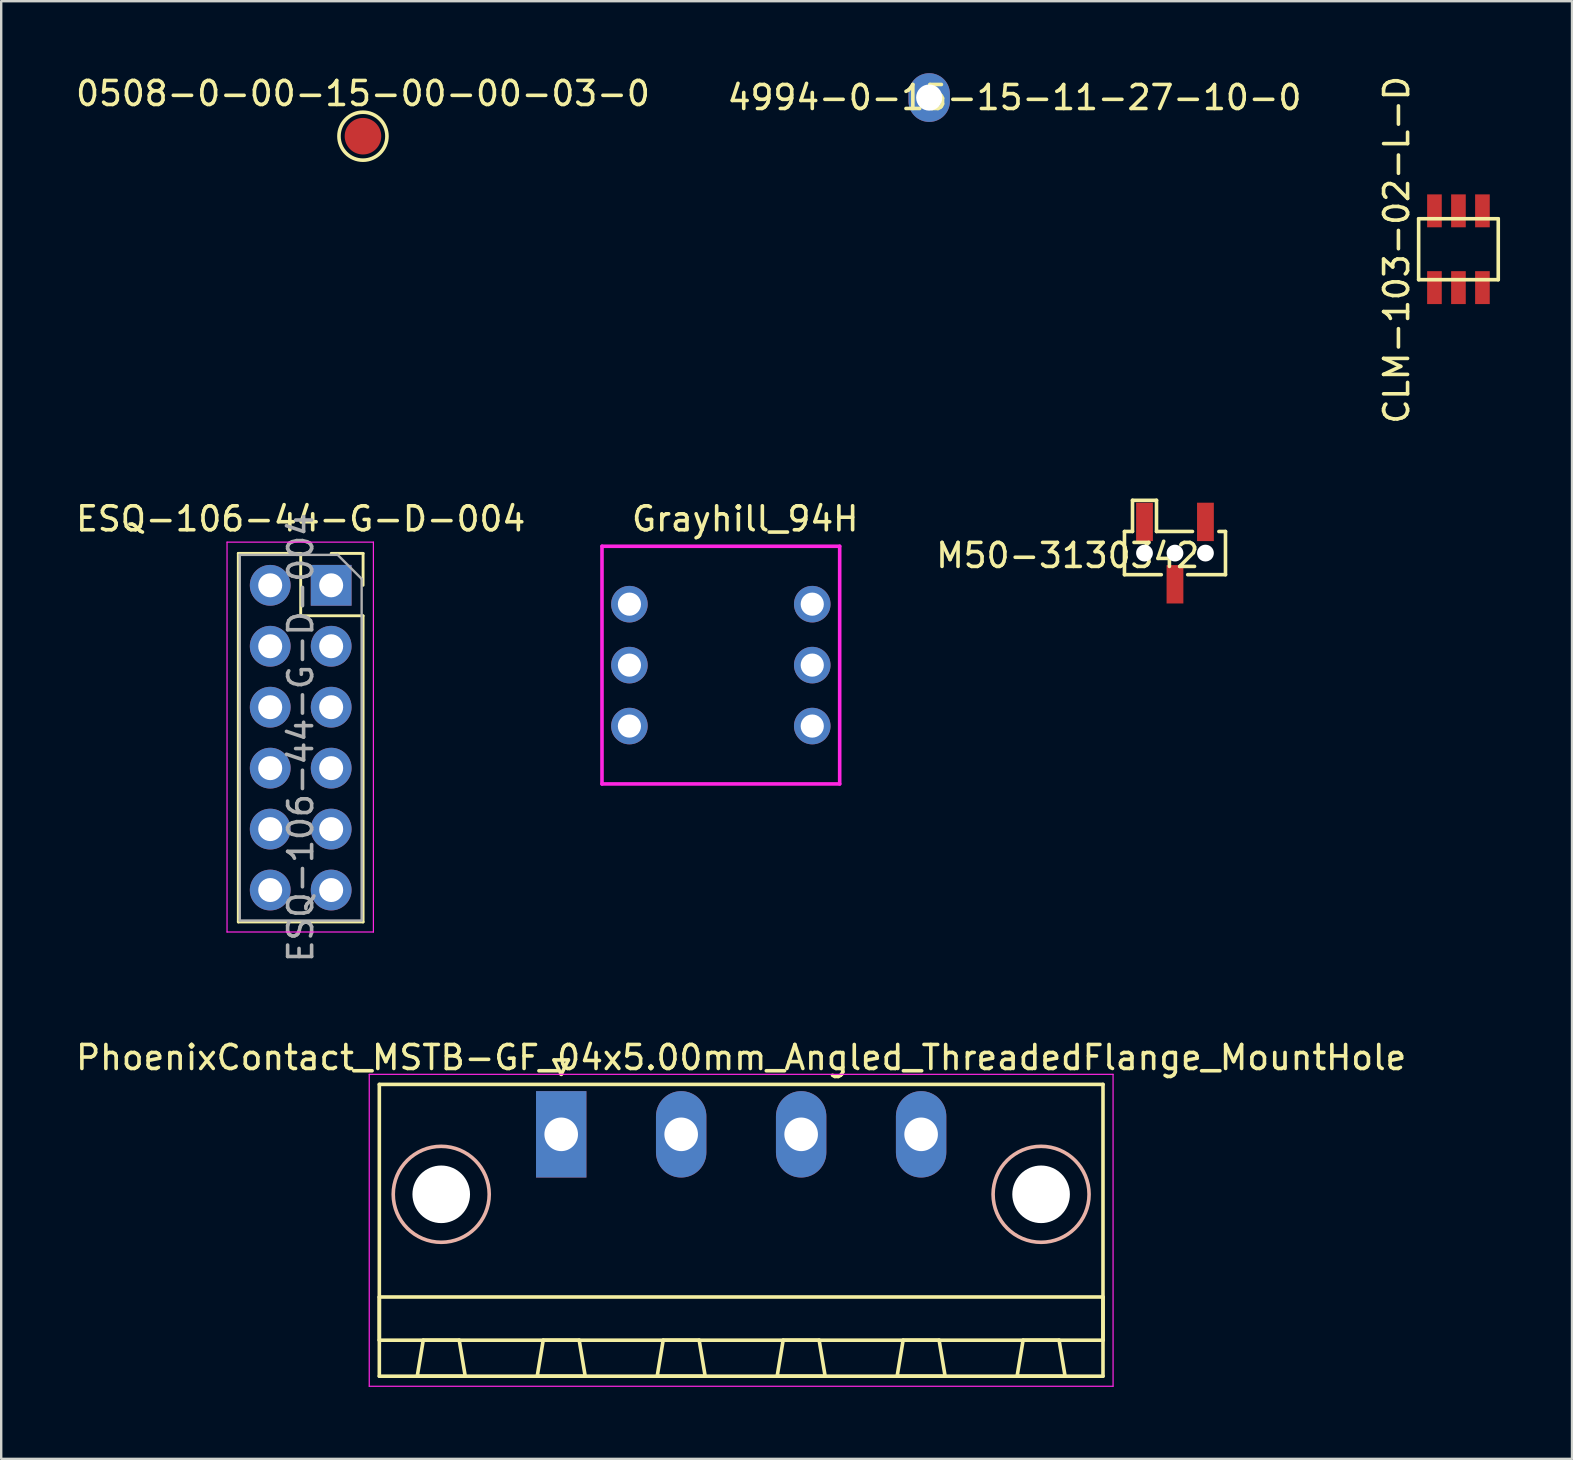
<source format=kicad_pcb>
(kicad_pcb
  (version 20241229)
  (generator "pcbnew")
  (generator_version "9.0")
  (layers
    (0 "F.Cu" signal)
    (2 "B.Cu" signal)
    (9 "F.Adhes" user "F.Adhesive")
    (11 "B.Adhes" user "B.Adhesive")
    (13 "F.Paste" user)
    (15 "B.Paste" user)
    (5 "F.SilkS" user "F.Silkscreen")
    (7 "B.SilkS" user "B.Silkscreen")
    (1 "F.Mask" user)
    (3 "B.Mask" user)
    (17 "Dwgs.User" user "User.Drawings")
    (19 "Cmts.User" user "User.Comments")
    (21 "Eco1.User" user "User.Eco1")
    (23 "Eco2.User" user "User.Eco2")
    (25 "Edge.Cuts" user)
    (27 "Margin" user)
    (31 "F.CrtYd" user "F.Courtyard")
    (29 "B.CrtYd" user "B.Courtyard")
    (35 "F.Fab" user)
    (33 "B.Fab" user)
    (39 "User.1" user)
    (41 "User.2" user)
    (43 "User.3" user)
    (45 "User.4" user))
  (footprint "CLM-103-02-L-D"
    (layer "F.Cu")
    (at 56.733 5.737)
    (property "Reference" "CLM-103-02-L-D" (at -1.575 1.626 90) (layer "F.SilkS") (effects (font (size 1 1) (thickness 0.15))))
    (attr through_hole)
    (fp_line (start -0.659 2.87) (end -0.659 0.33) (stroke (width 0.15) (type solid)) (layer "F.SilkS"))
    (fp_line (start 2.659 0.33) (end -0.659 0.33) (stroke (width 0.15) (type solid)) (layer "F.SilkS"))
    (fp_line (start 2.659 2.87) (end -0.659 2.87) (stroke (width 0.15) (type solid)) (layer "F.SilkS"))
    (fp_line (start 2.659 2.87) (end 2.659 0.33) (stroke (width 0.15) (type solid)) (layer "F.SilkS"))
    (pad "1" smd rect (at 0 0) (size 0.61 1.372) (layers "F.Cu" "F.Mask" "F.Paste"))
    (pad "2" smd rect (at 0 3.2) (size 0.61 1.372) (layers "F.Cu" "F.Mask" "F.Paste"))
    (pad "3" smd rect (at 1 0) (size 0.61 1.372) (layers "F.Cu" "F.Mask" "F.Paste"))
    (pad "4" smd rect (at 1 3.2) (size 0.61 1.372) (layers "F.Cu" "F.Mask" "F.Paste"))
    (pad "5" smd rect (at 2 0) (size 0.61 1.372) (layers "F.Cu" "F.Mask" "F.Paste"))
    (pad "6" smd rect (at 2 3.2) (size 0.61 1.372) (layers "F.Cu" "F.Mask" "F.Paste")))
  (footprint "PhoenixContact_MSTB-GF_04x5.00mm_Angled_ThreadedFlange_MountHole"
    (layer "F.Cu")
    (at 20.339 44.225)
    (property "Reference" "PhoenixContact_MSTB-GF_04x5.00mm_Angled_ThreadedFlange_MountHole" (at 7.5 -3.2 0) (layer "F.SilkS") (effects (font (size 1 1) (thickness 0.15))))
    (attr through_hole)
    (fp_line (start -7.58 -2.08) (end -7.58 10.08) (stroke (width 0.15) (type solid)) (layer "F.SilkS"))
    (fp_line (start -7.58 6.78) (end 22.58 6.78) (stroke (width 0.15) (type solid)) (layer "F.SilkS"))
    (fp_line (start -7.58 8.58) (end -7.58 6.78) (stroke (width 0.15) (type solid)) (layer "F.SilkS"))
    (fp_line (start -7.58 10.08) (end 22.58 10.08) (stroke (width 0.15) (type solid)) (layer "F.SilkS"))
    (fp_line (start -6 10.08) (end -4 10.08) (stroke (width 0.15) (type solid)) (layer "F.SilkS"))
    (fp_line (start -5.75 8.58) (end -6 10.08) (stroke (width 0.15) (type solid)) (layer "F.SilkS"))
    (fp_line (start -4.25 8.58) (end -5.75 8.58) (stroke (width 0.15) (type solid)) (layer "F.SilkS"))
    (fp_line (start -4 10.08) (end -4.25 8.58) (stroke (width 0.15) (type solid)) (layer "F.SilkS"))
    (fp_line (start -1 10.08) (end 1 10.08) (stroke (width 0.15) (type solid)) (layer "F.SilkS"))
    (fp_line (start -0.75 8.58) (end -1 10.08) (stroke (width 0.15) (type solid)) (layer "F.SilkS"))
    (fp_line (start -0.3 -3.1) (end 0 -2.5) (stroke (width 0.15) (type solid)) (layer "F.SilkS"))
    (fp_line (start 0 -2.5) (end 0.3 -3.1) (stroke (width 0.15) (type solid)) (layer "F.SilkS"))
    (fp_line (start 0.3 -3.1) (end -0.3 -3.1) (stroke (width 0.15) (type solid)) (layer "F.SilkS"))
    (fp_line (start 0.75 8.58) (end -0.75 8.58) (stroke (width 0.15) (type solid)) (layer "F.SilkS"))
    (fp_line (start 1 10.08) (end 0.75 8.58) (stroke (width 0.15) (type solid)) (layer "F.SilkS"))
    (fp_line (start 4 10.08) (end 6 10.08) (stroke (width 0.15) (type solid)) (layer "F.SilkS"))
    (fp_line (start 4.25 8.58) (end 4 10.08) (stroke (width 0.15) (type solid)) (layer "F.SilkS"))
    (fp_line (start 5.75 8.58) (end 4.25 8.58) (stroke (width 0.15) (type solid)) (layer "F.SilkS"))
    (fp_line (start 6 10.08) (end 5.75 8.58) (stroke (width 0.15) (type solid)) (layer "F.SilkS"))
    (fp_line (start 9 10.08) (end 11 10.08) (stroke (width 0.15) (type solid)) (layer "F.SilkS"))
    (fp_line (start 9.25 8.58) (end 9 10.08) (stroke (width 0.15) (type solid)) (layer "F.SilkS"))
    (fp_line (start 10.75 8.58) (end 9.25 8.58) (stroke (width 0.15) (type solid)) (layer "F.SilkS"))
    (fp_line (start 11 10.08) (end 10.75 8.58) (stroke (width 0.15) (type solid)) (layer "F.SilkS"))
    (fp_line (start 14 10.08) (end 16 10.08) (stroke (width 0.15) (type solid)) (layer "F.SilkS"))
    (fp_line (start 14.25 8.58) (end 14 10.08) (stroke (width 0.15) (type solid)) (layer "F.SilkS"))
    (fp_line (start 15.75 8.58) (end 14.25 8.58) (stroke (width 0.15) (type solid)) (layer "F.SilkS"))
    (fp_line (start 16 10.08) (end 15.75 8.58) (stroke (width 0.15) (type solid)) (layer "F.SilkS"))
    (fp_line (start 19 10.08) (end 21 10.08) (stroke (width 0.15) (type solid)) (layer "F.SilkS"))
    (fp_line (start 19.25 8.58) (end 19 10.08) (stroke (width 0.15) (type solid)) (layer "F.SilkS"))
    (fp_line (start 20.75 8.58) (end 19.25 8.58) (stroke (width 0.15) (type solid)) (layer "F.SilkS"))
    (fp_line (start 21 10.08) (end 20.75 8.58) (stroke (width 0.15) (type solid)) (layer "F.SilkS"))
    (fp_line (start 22.58 -2.08) (end -7.58 -2.08) (stroke (width 0.15) (type solid)) (layer "F.SilkS"))
    (fp_line (start 22.58 6.78) (end 22.58 8.58) (stroke (width 0.15) (type solid)) (layer "F.SilkS"))
    (fp_line (start 22.58 8.58) (end -7.58 8.58) (stroke (width 0.15) (type solid)) (layer "F.SilkS"))
    (fp_line (start 22.58 10.08) (end 22.58 -2.08) (stroke (width 0.15) (type solid)) (layer "F.SilkS"))
    (fp_circle (center -5 2.5) (end -3 2.5) (stroke (width 0.15) (type solid)) (fill no) (layer "B.SilkS"))
    (fp_circle (center 20 2.5) (end 22 2.5) (stroke (width 0.15) (type solid)) (fill no) (layer "B.SilkS"))
    (fp_line (start -8 -2.5) (end -8 10.5) (stroke (width 0.05) (type solid)) (layer "F.CrtYd"))
    (fp_line (start -8 10.5) (end 23 10.5) (stroke (width 0.05) (type solid)) (layer "F.CrtYd"))
    (fp_line (start 23 -2.5) (end -8 -2.5) (stroke (width 0.05) (type solid)) (layer "F.CrtYd"))
    (fp_line (start 23 10.5) (end 23 -2.5) (stroke (width 0.05) (type solid)) (layer "F.CrtYd"))
    (pad "" np_thru_hole circle (at -5 2.5) (size 2.4 2.4) (drill 2.4) (layers "*.Cu" "*.Mask"))
    (pad "" np_thru_hole circle (at 20 2.5) (size 2.4 2.4) (drill 2.4) (layers "*.Cu" "*.Mask"))
    (pad "1" thru_hole rect (at 0 0) (size 2.1 3.6) (drill 1.4) (layers "*.Cu" "*.Mask"))
    (pad "2" thru_hole oval (at 5 0) (size 2.1 3.6) (drill 1.4) (layers "*.Cu" "*.Mask"))
    (pad "3" thru_hole oval (at 10 0) (size 2.1 3.6) (drill 1.4) (layers "*.Cu" "*.Mask"))
    (pad "4" thru_hole oval (at 15 0) (size 2.1 3.6) (drill 1.4) (layers "*.Cu" "*.Mask")))
  (footprint "0508-0-00-15-00-00-03-0"
    (layer "F.Cu")
    (at 12.077 2.626)
    (property "Reference" "0508-0-00-15-00-00-03-0" (at 0 -1.778 0) (layer "F.SilkS") (effects (font (size 1 1) (thickness 0.15))))
    (attr through_hole)
    (fp_circle (center 0 0) (end 1 0) (stroke (width 0.15) (type solid)) (fill no) (layer "F.SilkS"))
    (pad "1" smd circle (at 0 0) (size 1.524 1.524) (layers "F.Cu" "F.Mask" "F.Paste")))
  (footprint "M50-3130342"
    (layer "F.Cu")
    (at 44.649 20.001)
    (property "Reference" "M50-3130342" (at -3.2 0.1 0) (layer "F.SilkS") (effects (font (size 1 1) (thickness 0.15))))
    (attr through_hole)
    (fp_line (start -0.835 -0.9) (end -0.835 0.9) (stroke (width 0.15) (type solid)) (layer "F.SilkS"))
    (fp_line (start -0.835 -0.9) (end -0.5 -0.9) (stroke (width 0.15) (type solid)) (layer "F.SilkS"))
    (fp_line (start -0.835 0.9) (end 0.7 0.9) (stroke (width 0.15) (type solid)) (layer "F.SilkS"))
    (fp_line (start -0.5 -2.2) (end 0.5 -2.2) (stroke (width 0.15) (type solid)) (layer "F.SilkS"))
    (fp_line (start -0.5 -0.9) (end -0.5 -2.2) (stroke (width 0.15) (type solid)) (layer "F.SilkS"))
    (fp_line (start 0.5 -2.2) (end 0.5 -0.9) (stroke (width 0.15) (type solid)) (layer "F.SilkS"))
    (fp_line (start 0.5 -0.9) (end 2 -0.9) (stroke (width 0.15) (type solid)) (layer "F.SilkS"))
    (fp_line (start 1.8 0.9) (end 3.375 0.9) (stroke (width 0.15) (type solid)) (layer "F.SilkS"))
    (fp_line (start 3.1 -0.9) (end 3.375 -0.9) (stroke (width 0.15) (type solid)) (layer "F.SilkS"))
    (fp_line (start 3.375 0.9) (end 3.375 -0.9) (stroke (width 0.15) (type solid)) (layer "F.SilkS"))
    (pad "" np_thru_hole circle (at 0 0) (size 0.7 0.7) (drill 0.7) (layers "*.Cu" "*.Mask"))
    (pad "" np_thru_hole circle (at 1.27 0) (size 0.7 0.7) (drill 0.7) (layers "*.Cu" "*.Mask"))
    (pad "" np_thru_hole circle (at 2.54 0) (size 0.7 0.7) (drill 0.7) (layers "*.Cu" "*.Mask"))
    (pad "1" smd rect (at 0 -1.3) (size 0.7 1.6) (layers "F.Cu" "F.Mask" "F.Paste"))
    (pad "2" smd rect (at 1.27 1.3) (size 0.7 1.6) (layers "F.Cu" "F.Mask" "F.Paste"))
    (pad "3" smd rect (at 2.54 -1.3) (size 0.7 1.6) (layers "F.Cu" "F.Mask" "F.Paste")))
  (footprint "ESQ-106-44-G-D-004"
    (layer "F.Cu")
    (at 10.752 21.344)
    (property "Reference" "ESQ-106-44-G-D-004" (at -1.27 -2.77 0) (layer "F.SilkS") (effects (font (size 1 1) (thickness 0.15))))
    (attr through_hole)
    (fp_line (start -3.87 -1.33) (end -3.87 14.03) (stroke (width 0.12) (type solid)) (layer "F.SilkS"))
    (fp_line (start -3.87 -1.33) (end -1.27 -1.33) (stroke (width 0.12) (type solid)) (layer "F.SilkS"))
    (fp_line (start -3.87 14.03) (end 1.33 14.03) (stroke (width 0.12) (type solid)) (layer "F.SilkS"))
    (fp_line (start -1.27 -1.33) (end -1.27 1.27) (stroke (width 0.12) (type solid)) (layer "F.SilkS"))
    (fp_line (start -1.27 1.27) (end 1.33 1.27) (stroke (width 0.12) (type solid)) (layer "F.SilkS"))
    (fp_line (start 0 -1.33) (end 1.33 -1.33) (stroke (width 0.12) (type solid)) (layer "F.SilkS"))
    (fp_line (start 1.33 -1.33) (end 1.33 0) (stroke (width 0.12) (type solid)) (layer "F.SilkS"))
    (fp_line (start 1.33 1.27) (end 1.33 14.03) (stroke (width 0.12) (type solid)) (layer "F.SilkS"))
    (fp_line (start -4.34 -1.8) (end 1.76 -1.8) (stroke (width 0.05) (type solid)) (layer "F.CrtYd"))
    (fp_line (start -4.34 14.45) (end -4.34 -1.8) (stroke (width 0.05) (type solid)) (layer "F.CrtYd"))
    (fp_line (start 1.76 -1.8) (end 1.76 14.45) (stroke (width 0.05) (type solid)) (layer "F.CrtYd"))
    (fp_line (start 1.76 14.45) (end -4.34 14.45) (stroke (width 0.05) (type solid)) (layer "F.CrtYd"))
    (fp_line (start -3.81 -1.27) (end 0.27 -1.27) (stroke (width 0.1) (type solid)) (layer "F.Fab"))
    (fp_line (start -3.81 13.97) (end -3.81 -1.27) (stroke (width 0.1) (type solid)) (layer "F.Fab"))
    (fp_line (start 0.27 -1.27) (end 1.27 -0.27) (stroke (width 0.1) (type solid)) (layer "F.Fab"))
    (fp_line (start 1.27 -0.27) (end 1.27 13.97) (stroke (width 0.1) (type solid)) (layer "F.Fab"))
    (fp_line (start 1.27 13.97) (end -3.81 13.97) (stroke (width 0.1) (type solid)) (layer "F.Fab"))
    (fp_text user "${REFERENCE}" (at -1.27 6.35 90) (layer "F.Fab") (effects (font (size 1 1) (thickness 0.15))))
    (pad "1" thru_hole rect (at 0 0) (size 1.7 1.7) (drill 1) (layers "*.Cu" "*.Mask"))
    (pad "2" thru_hole oval (at -2.54 0) (size 1.7 1.7) (drill 1) (layers "*.Cu" "*.Mask"))
    (pad "3" thru_hole oval (at 0 2.54) (size 1.7 1.7) (drill 1) (layers "*.Cu" "*.Mask"))
    (pad "4" thru_hole oval (at -2.54 2.54) (size 1.7 1.7) (drill 1) (layers "*.Cu" "*.Mask"))
    (pad "5" thru_hole oval (at 0 5.08) (size 1.7 1.7) (drill 1) (layers "*.Cu" "*.Mask"))
    (pad "6" thru_hole oval (at -2.54 5.08) (size 1.7 1.7) (drill 1) (layers "*.Cu" "*.Mask"))
    (pad "7" thru_hole oval (at 0 7.62) (size 1.7 1.7) (drill 1) (layers "*.Cu" "*.Mask"))
    (pad "8" thru_hole oval (at -2.54 7.62) (size 1.7 1.7) (drill 1) (layers "*.Cu" "*.Mask"))
    (pad "9" thru_hole oval (at 0 10.16) (size 1.7 1.7) (drill 1) (layers "*.Cu" "*.Mask"))
    (pad "10" thru_hole oval (at -2.54 10.16) (size 1.7 1.7) (drill 1) (layers "*.Cu" "*.Mask"))
    (pad "11" thru_hole oval (at 0 12.7) (size 1.7 1.7) (drill 1) (layers "*.Cu" "*.Mask"))
    (pad "12" thru_hole oval (at -2.54 12.7) (size 1.7 1.7) (drill 1) (layers "*.Cu" "*.Mask")))
  (footprint "4994-0-15-15-11-27-10-0"
    (layer "F.Cu")
    (at 35.676 1.016)
    (property "Reference" "4994-0-15-15-11-27-10-0" (at 3.556 0 0) (layer "F.SilkS") (effects (font (size 1 1) (thickness 0.15))))
    (attr through_hole)
    (pad "1" thru_hole oval (at 0 0) (size 1.727 2.032) (drill 1.09) (layers "*.Cu" "*.Mask")))
  (footprint "Grayhill_94H"
    (layer "F.Cu")
    (at 30.802 27.21)
    (property "Reference" "Grayhill_94H" (at -2.794 -8.636 0) (layer "F.SilkS") (effects (font (size 1 1) (thickness 0.15))))
    (attr through_hole)
    (fp_line (start -8.763 -7.493) (end -8.763 2.413) (stroke (width 0.15) (type solid)) (layer "F.CrtYd"))
    (fp_line (start -8.763 2.413) (end 1.143 2.413) (stroke (width 0.15) (type solid)) (layer "F.CrtYd"))
    (fp_line (start 1.143 -7.493) (end -8.763 -7.493) (stroke (width 0.15) (type solid)) (layer "F.CrtYd"))
    (fp_line (start 1.143 2.413) (end 1.143 -7.493) (stroke (width 0.15) (type solid)) (layer "F.CrtYd"))
    (pad "1" thru_hole circle (at 0 0) (size 1.524 1.524) (drill 0.965) (layers "*.Cu" "*.Mask"))
    (pad "2" thru_hole circle (at -7.62 -5.08) (size 1.524 1.524) (drill 0.965) (layers "*.Cu" "*.Mask"))
    (pad "4" thru_hole circle (at 0 -5.08) (size 1.524 1.524) (drill 0.965) (layers "*.Cu" "*.Mask"))
    (pad "8" thru_hole circle (at -7.62 0) (size 1.524 1.524) (drill 0.965) (layers "*.Cu" "*.Mask"))
    (pad "C" thru_hole circle (at -7.62 -2.54) (size 1.524 1.524) (drill 0.965) (layers "*.Cu" "*.Mask"))
    (pad "C" thru_hole circle (at 0 -2.54) (size 1.524 1.524) (drill 0.965) (layers "*.Cu" "*.Mask")))
  (gr_rect
    (start -3 -3)
    (end 62.466 57.75)
    (stroke (width 0.1) (type default))
    (fill no)
    (layer "Edge.Cuts")))
</source>
